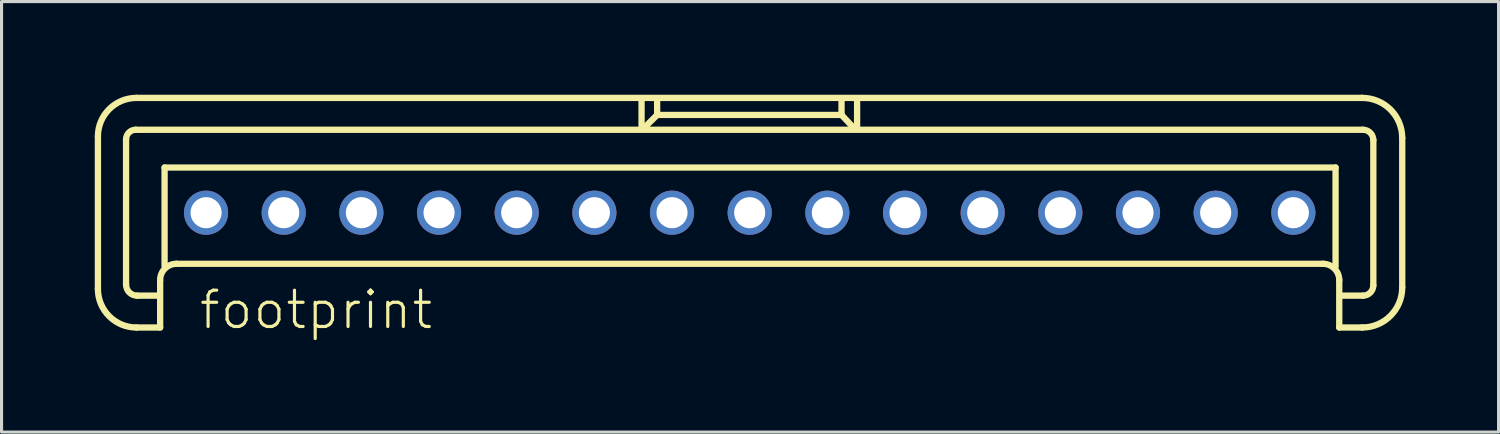
<source format=kicad_pcb>
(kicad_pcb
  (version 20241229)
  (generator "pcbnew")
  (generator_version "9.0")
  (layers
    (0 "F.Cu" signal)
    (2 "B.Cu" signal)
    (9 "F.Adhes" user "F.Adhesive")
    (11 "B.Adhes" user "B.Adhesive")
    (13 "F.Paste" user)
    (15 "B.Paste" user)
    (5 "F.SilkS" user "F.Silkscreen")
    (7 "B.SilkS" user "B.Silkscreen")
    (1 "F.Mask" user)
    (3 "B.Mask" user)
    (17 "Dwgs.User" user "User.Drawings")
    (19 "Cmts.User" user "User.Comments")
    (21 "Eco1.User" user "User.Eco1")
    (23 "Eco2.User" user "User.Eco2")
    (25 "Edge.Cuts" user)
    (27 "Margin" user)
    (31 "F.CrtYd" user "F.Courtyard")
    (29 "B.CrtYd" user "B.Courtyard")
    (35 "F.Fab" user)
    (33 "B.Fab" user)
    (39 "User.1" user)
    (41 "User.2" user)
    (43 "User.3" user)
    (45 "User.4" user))
  (footprint "footprint"
    (layer "F.Cu")
    (at 21.083 3.797)
    (property "Reference" "footprint" (at -17.78 3.81 0) (layer "F.SilkS") (effects (font (size 1.168 1.168) (thickness 0.102)) (justify left bottom)))
    (fp_line (start -20.981 2.456) (end -20.981 -2.456) (stroke (width 0.203) (type solid)) (layer "F.SilkS"))
    (fp_line (start -20.075 2.313) (end -20.075 -2.361) (stroke (width 0.203) (type solid)) (layer "F.SilkS"))
    (fp_line (start -19.765 -2.67) (end 19.741 -2.67) (stroke (width 0.203) (type solid)) (layer "F.SilkS"))
    (fp_line (start -19.741 -3.696) (end 19.717 -3.696) (stroke (width 0.203) (type solid)) (layer "F.SilkS"))
    (fp_line (start -19.002 2.67) (end -19.717 2.67) (stroke (width 0.203) (type solid)) (layer "F.SilkS"))
    (fp_line (start -18.978 2.17) (end -18.978 3.695) (stroke (width 0.203) (type solid)) (layer "F.SilkS"))
    (fp_line (start -18.978 3.695) (end -19.741 3.695) (stroke (width 0.203) (type solid)) (layer "F.SilkS"))
    (fp_line (start -18.835 -1.454) (end 18.859 -1.454) (stroke (width 0.203) (type solid)) (layer "F.SilkS"))
    (fp_line (start -18.835 1.716) (end -18.835 -1.454) (stroke (width 0.203) (type solid)) (layer "F.SilkS"))
    (fp_line (start -3.481 -3.648) (end -3.481 -2.742) (stroke (width 0.203) (type solid)) (layer "F.SilkS"))
    (fp_line (start -3.004 -3.123) (end -3.386 -2.742) (stroke (width 0.203) (type solid)) (layer "F.SilkS"))
    (fp_line (start -2.98 -3.147) (end -2.98 -3.624) (stroke (width 0.203) (type solid)) (layer "F.SilkS"))
    (fp_line (start 2.956 -3.672) (end 2.956 -3.147) (stroke (width 0.203) (type solid)) (layer "F.SilkS"))
    (fp_line (start 2.956 -3.147) (end -2.98 -3.147) (stroke (width 0.203) (type solid)) (layer "F.SilkS"))
    (fp_line (start 2.98 -3.123) (end 3.314 -2.766) (stroke (width 0.203) (type solid)) (layer "F.SilkS"))
    (fp_line (start 3.457 -3.624) (end 3.457 -2.742) (stroke (width 0.203) (type solid)) (layer "F.SilkS"))
    (fp_line (start 18.454 1.645) (end -18.454 1.645) (stroke (width 0.203) (type solid)) (layer "F.SilkS"))
    (fp_line (start 18.859 -1.454) (end 18.859 1.74) (stroke (width 0.203) (type solid)) (layer "F.SilkS"))
    (fp_line (start 18.978 3.695) (end 18.978 2.17) (stroke (width 0.203) (type solid)) (layer "F.SilkS"))
    (fp_line (start 19.717 3.695) (end 18.978 3.695) (stroke (width 0.203) (type solid)) (layer "F.SilkS"))
    (fp_line (start 19.741 2.67) (end 19.073 2.67) (stroke (width 0.203) (type solid)) (layer "F.SilkS"))
    (fp_line (start 20.075 -2.337) (end 20.075 2.336) (stroke (width 0.203) (type solid)) (layer "F.SilkS"))
    (fp_line (start 21.005 -2.408) (end 21.005 2.408) (stroke (width 0.203) (type solid)) (layer "F.SilkS"))
    (fp_arc (start -20.981 -2.4558) (mid -20.617871 -3.332471) (end -19.7412 -3.6956) (stroke (width 0.2032) (type solid)) (layer "F.SilkS"))
    (fp_arc (start -20.075 -2.3605) (mid -19.984232 -2.579632) (end -19.7651 -2.6704) (stroke (width 0.2032) (type solid)) (layer "F.SilkS"))
    (fp_arc (start -19.7412 3.6954) (mid -20.617871 3.332271) (end -20.981 2.4556) (stroke (width 0.2032) (type solid)) (layer "F.SilkS"))
    (fp_arc (start -19.7174 2.6702) (mid -19.970261 2.565461) (end -20.075 2.3126) (stroke (width 0.2032) (type solid)) (layer "F.SilkS"))
    (fp_arc (start -18.9783 2.1695) (mid -18.824678 1.798622) (end -18.4538 1.645) (stroke (width 0.2032) (type solid)) (layer "F.SilkS"))
    (fp_arc (start 18.4536 1.645) (mid 18.824478 1.798622) (end 18.9781 2.1695) (stroke (width 0.2032) (type solid)) (layer "F.SilkS"))
    (fp_arc (start 19.7172 -3.6956) (mid 20.6276 -3.3185) (end 21.0047 -2.4081) (stroke (width 0.2032) (type solid)) (layer "F.SilkS"))
    (fp_arc (start 19.7411 -2.6704) (mid 19.977132 -2.572632) (end 20.0749 -2.3366) (stroke (width 0.2032) (type solid)) (layer "F.SilkS"))
    (fp_arc (start 20.0749 2.3364) (mid 19.977132 2.572432) (end 19.7411 2.6702) (stroke (width 0.2032) (type solid)) (layer "F.SilkS"))
    (fp_arc (start 21.0047 2.4079) (mid 20.6276 3.3183) (end 19.7172 3.6954) (stroke (width 0.2032) (type solid)) (layer "F.SilkS"))
    (pad "1" thru_hole circle (at -17.5 0) (size 1.422 1.422) (drill 1) (layers "*.Cu" "*.Mask"))
    (pad "2" thru_hole circle (at -15 0) (size 1.422 1.422) (drill 1) (layers "*.Cu" "*.Mask"))
    (pad "3" thru_hole circle (at -12.5 0) (size 1.422 1.422) (drill 1) (layers "*.Cu" "*.Mask"))
    (pad "4" thru_hole circle (at -10 0) (size 1.422 1.422) (drill 1) (layers "*.Cu" "*.Mask"))
    (pad "5" thru_hole circle (at -7.5 0) (size 1.422 1.422) (drill 1) (layers "*.Cu" "*.Mask"))
    (pad "6" thru_hole circle (at -5 0) (size 1.422 1.422) (drill 1) (layers "*.Cu" "*.Mask"))
    (pad "7" thru_hole circle (at -2.5 0) (size 1.422 1.422) (drill 1) (layers "*.Cu" "*.Mask"))
    (pad "8" thru_hole circle (at 0 0) (size 1.422 1.422) (drill 1) (layers "*.Cu" "*.Mask"))
    (pad "9" thru_hole circle (at 2.5 0) (size 1.422 1.422) (drill 1) (layers "*.Cu" "*.Mask"))
    (pad "10" thru_hole circle (at 5 0) (size 1.422 1.422) (drill 1) (layers "*.Cu" "*.Mask"))
    (pad "11" thru_hole circle (at 7.5 0) (size 1.422 1.422) (drill 1) (layers "*.Cu" "*.Mask"))
    (pad "12" thru_hole circle (at 10 0) (size 1.422 1.422) (drill 1) (layers "*.Cu" "*.Mask"))
    (pad "13" thru_hole circle (at 12.5 0) (size 1.422 1.422) (drill 1) (layers "*.Cu" "*.Mask"))
    (pad "14" thru_hole circle (at 15 0) (size 1.422 1.422) (drill 1) (layers "*.Cu" "*.Mask"))
    (pad "15" thru_hole circle (at 17.5 0) (size 1.422 1.422) (drill 1) (layers "*.Cu" "*.Mask")))
  (gr_rect
    (start -3 -3)
    (end 45.189 10.858)
    (stroke (width 0.1) (type default))
    (fill no)
    (layer "Edge.Cuts")))
</source>
